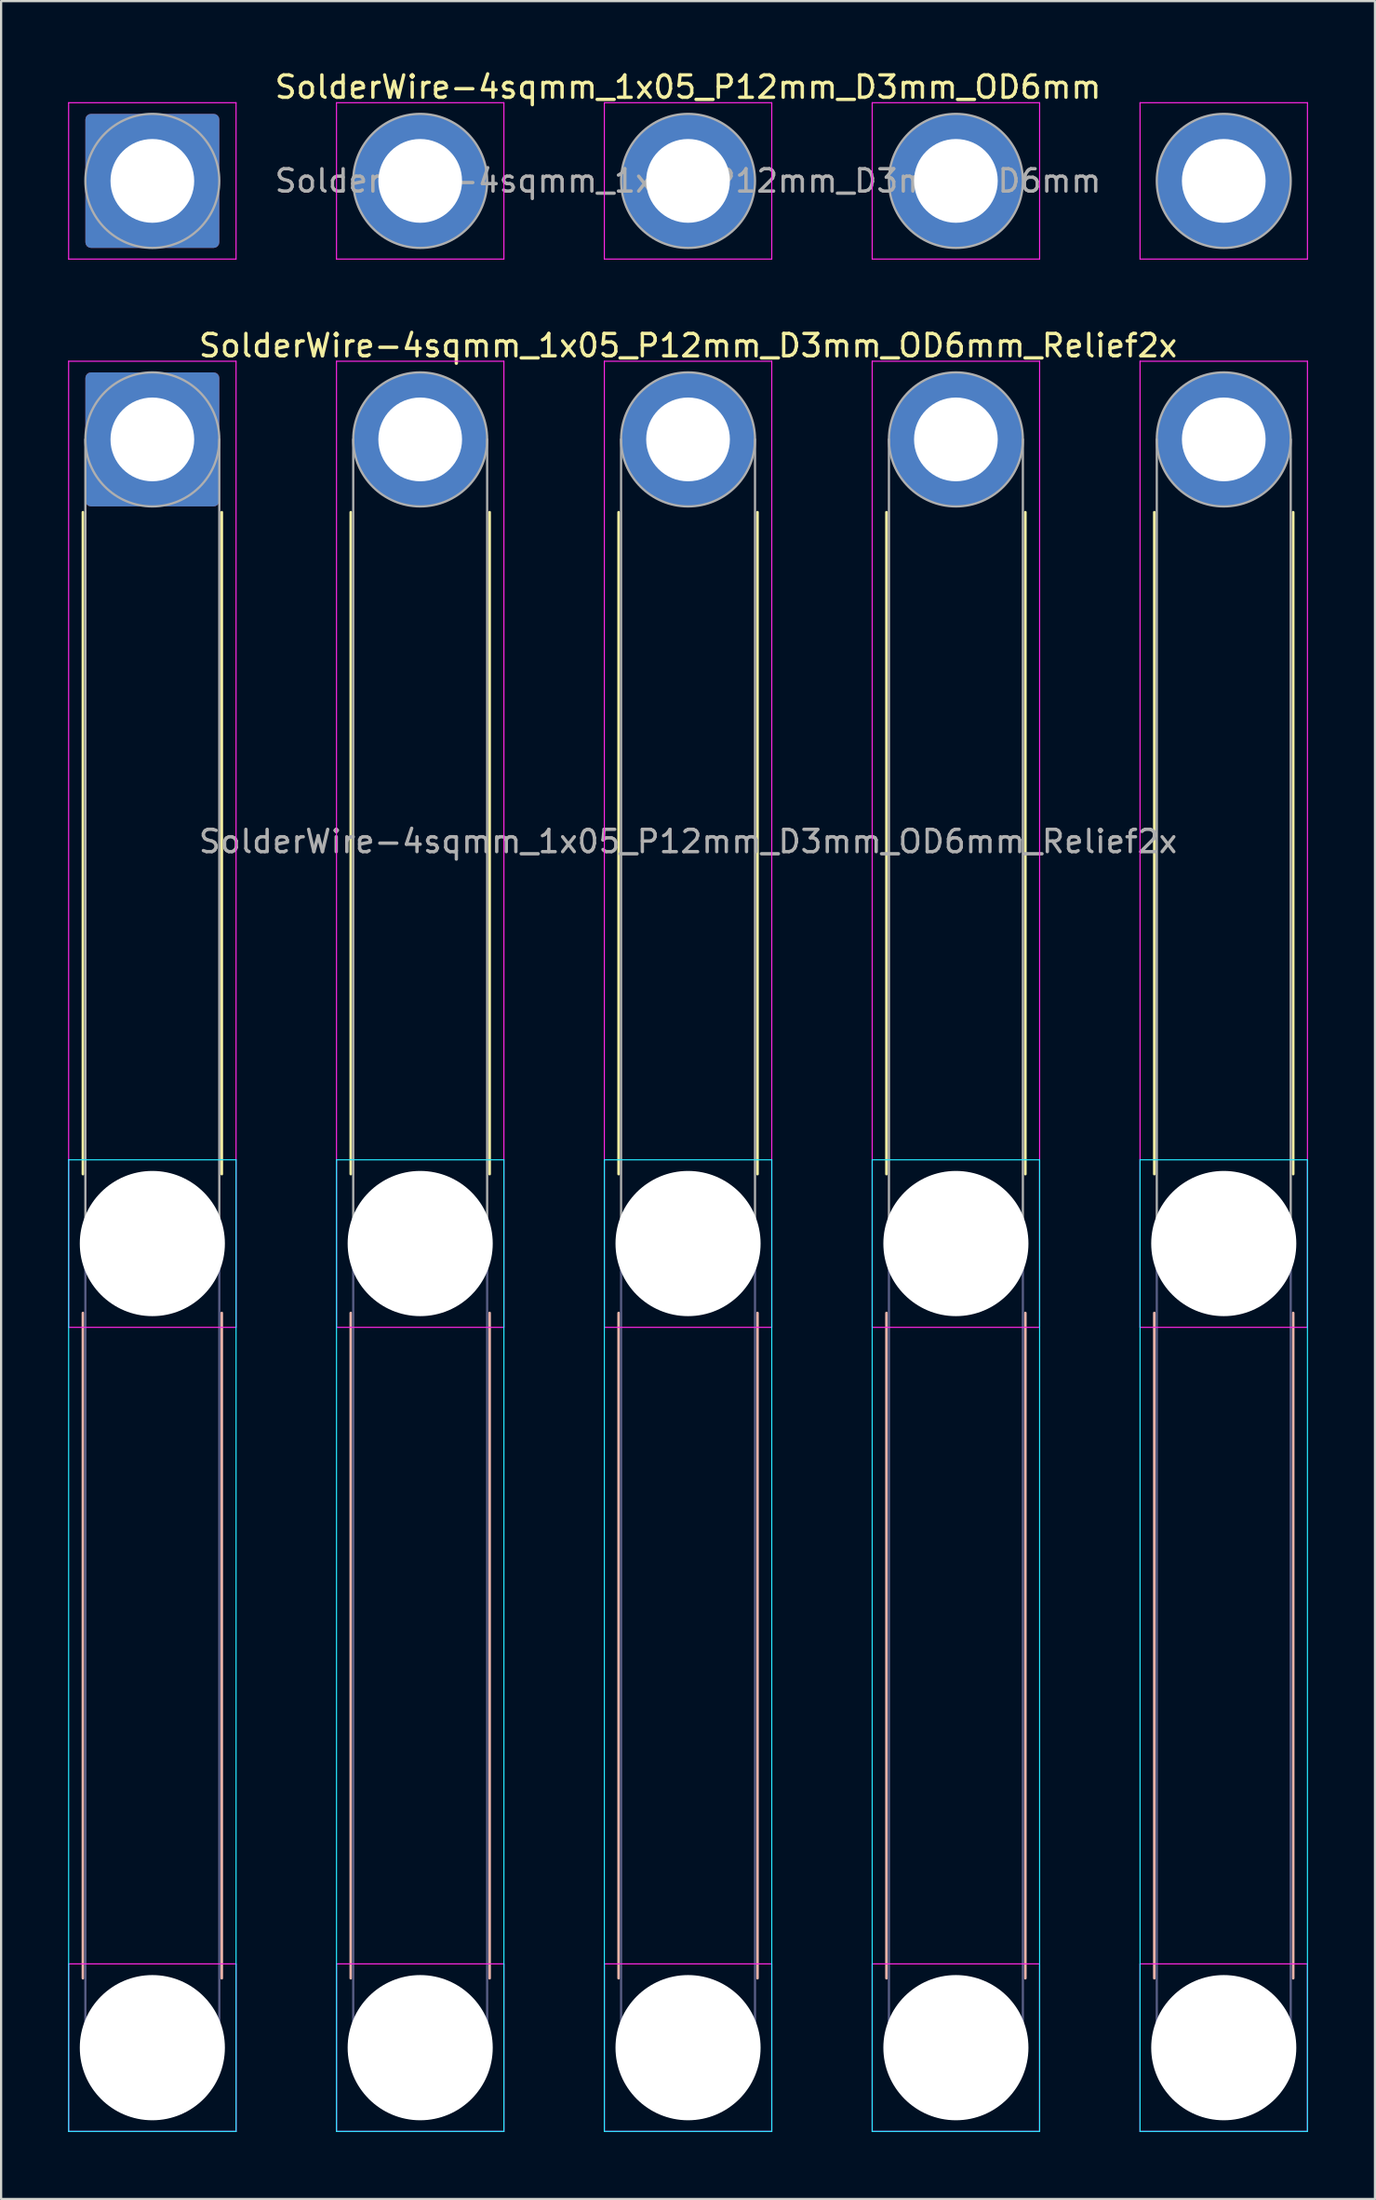
<source format=kicad_pcb>
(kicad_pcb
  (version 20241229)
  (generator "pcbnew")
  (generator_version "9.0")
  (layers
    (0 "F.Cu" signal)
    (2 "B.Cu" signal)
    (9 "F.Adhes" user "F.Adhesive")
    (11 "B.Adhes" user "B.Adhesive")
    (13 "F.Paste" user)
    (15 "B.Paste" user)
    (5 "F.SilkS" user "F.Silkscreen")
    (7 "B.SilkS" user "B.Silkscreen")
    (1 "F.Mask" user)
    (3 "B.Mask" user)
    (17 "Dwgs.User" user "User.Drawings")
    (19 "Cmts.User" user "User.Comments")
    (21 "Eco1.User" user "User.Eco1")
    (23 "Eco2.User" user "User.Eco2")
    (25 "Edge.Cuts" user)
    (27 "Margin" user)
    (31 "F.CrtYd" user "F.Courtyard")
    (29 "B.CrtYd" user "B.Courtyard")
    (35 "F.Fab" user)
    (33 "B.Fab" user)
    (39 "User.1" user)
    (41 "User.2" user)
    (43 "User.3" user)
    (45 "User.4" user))
  (footprint "SolderWire-4sqmm_1x05_P12mm_D3mm_OD6mm"
    (layer "F.Cu")
    (at 3.775 5.048)
    (property "Reference" "SolderWire-4sqmm_1x05_P12mm_D3mm_OD6mm" (at 24 -4.2 0) (layer "F.SilkS") (effects (font (size 1 1) (thickness 0.15))))
    (attr exclude_from_pos_files exclude_from_bom)
    (fp_line (start -3.75 -3.5) (end -3.75 3.5) (stroke (width 0.05) (type solid)) (layer "F.CrtYd"))
    (fp_line (start -3.75 3.5) (end 3.75 3.5) (stroke (width 0.05) (type solid)) (layer "F.CrtYd"))
    (fp_line (start 3.75 -3.5) (end -3.75 -3.5) (stroke (width 0.05) (type solid)) (layer "F.CrtYd"))
    (fp_line (start 3.75 3.5) (end 3.75 -3.5) (stroke (width 0.05) (type solid)) (layer "F.CrtYd"))
    (fp_line (start 8.25 -3.5) (end 8.25 3.5) (stroke (width 0.05) (type solid)) (layer "F.CrtYd"))
    (fp_line (start 8.25 3.5) (end 15.75 3.5) (stroke (width 0.05) (type solid)) (layer "F.CrtYd"))
    (fp_line (start 15.75 -3.5) (end 8.25 -3.5) (stroke (width 0.05) (type solid)) (layer "F.CrtYd"))
    (fp_line (start 15.75 3.5) (end 15.75 -3.5) (stroke (width 0.05) (type solid)) (layer "F.CrtYd"))
    (fp_line (start 20.25 -3.5) (end 20.25 3.5) (stroke (width 0.05) (type solid)) (layer "F.CrtYd"))
    (fp_line (start 20.25 3.5) (end 27.75 3.5) (stroke (width 0.05) (type solid)) (layer "F.CrtYd"))
    (fp_line (start 27.75 -3.5) (end 20.25 -3.5) (stroke (width 0.05) (type solid)) (layer "F.CrtYd"))
    (fp_line (start 27.75 3.5) (end 27.75 -3.5) (stroke (width 0.05) (type solid)) (layer "F.CrtYd"))
    (fp_line (start 32.25 -3.5) (end 32.25 3.5) (stroke (width 0.05) (type solid)) (layer "F.CrtYd"))
    (fp_line (start 32.25 3.5) (end 39.75 3.5) (stroke (width 0.05) (type solid)) (layer "F.CrtYd"))
    (fp_line (start 39.75 -3.5) (end 32.25 -3.5) (stroke (width 0.05) (type solid)) (layer "F.CrtYd"))
    (fp_line (start 39.75 3.5) (end 39.75 -3.5) (stroke (width 0.05) (type solid)) (layer "F.CrtYd"))
    (fp_line (start 44.25 -3.5) (end 44.25 3.5) (stroke (width 0.05) (type solid)) (layer "F.CrtYd"))
    (fp_line (start 44.25 3.5) (end 51.75 3.5) (stroke (width 0.05) (type solid)) (layer "F.CrtYd"))
    (fp_line (start 51.75 -3.5) (end 44.25 -3.5) (stroke (width 0.05) (type solid)) (layer "F.CrtYd"))
    (fp_line (start 51.75 3.5) (end 51.75 -3.5) (stroke (width 0.05) (type solid)) (layer "F.CrtYd"))
    (fp_circle (center 0 0) (end 3 0) (stroke (width 0.1) (type solid)) (fill no) (layer "F.Fab"))
    (fp_circle (center 12 0) (end 15 0) (stroke (width 0.1) (type solid)) (fill no) (layer "F.Fab"))
    (fp_circle (center 24 0) (end 27 0) (stroke (width 0.1) (type solid)) (fill no) (layer "F.Fab"))
    (fp_circle (center 36 0) (end 39 0) (stroke (width 0.1) (type solid)) (fill no) (layer "F.Fab"))
    (fp_circle (center 48 0) (end 51 0) (stroke (width 0.1) (type solid)) (fill no) (layer "F.Fab"))
    (fp_text user "${REFERENCE}" (at 24 0 0) (layer "F.Fab") (effects (font (size 1 1) (thickness 0.15))))
    (pad "1" thru_hole roundrect (at 0 0) (size 6 6) (drill 3.75) (layers "*.Cu" "*.Mask") (roundrect_rratio 0.042))
    (pad "2" thru_hole circle (at 12 0) (size 6 6) (drill 3.75) (layers "*.Cu" "*.Mask"))
    (pad "3" thru_hole circle (at 24 0) (size 6 6) (drill 3.75) (layers "*.Cu" "*.Mask"))
    (pad "4" thru_hole circle (at 36 0) (size 6 6) (drill 3.75) (layers "*.Cu" "*.Mask"))
    (pad "5" thru_hole circle (at 48 0) (size 6 6) (drill 3.75) (layers "*.Cu" "*.Mask")))
  (footprint "SolderWire-4sqmm_1x05_P12mm_D3mm_OD6mm_Relief2x"
    (layer "F.Cu")
    (at 3.775 16.622)
    (property "Reference" "SolderWire-4sqmm_1x05_P12mm_D3mm_OD6mm_Relief2x" (at 24 -4.2 0) (layer "F.SilkS") (effects (font (size 1 1) (thickness 0.15))))
    (attr exclude_from_pos_files exclude_from_bom)
    (fp_line (start -3.11 3.26) (end -3.11 32.89) (stroke (width 0.12) (type solid)) (layer "F.SilkS"))
    (fp_line (start 3.11 3.26) (end 3.11 32.89) (stroke (width 0.12) (type solid)) (layer "F.SilkS"))
    (fp_line (start 8.89 3.26) (end 8.89 32.89) (stroke (width 0.12) (type solid)) (layer "F.SilkS"))
    (fp_line (start 15.11 3.26) (end 15.11 32.89) (stroke (width 0.12) (type solid)) (layer "F.SilkS"))
    (fp_line (start 20.89 3.26) (end 20.89 32.89) (stroke (width 0.12) (type solid)) (layer "F.SilkS"))
    (fp_line (start 27.11 3.26) (end 27.11 32.89) (stroke (width 0.12) (type solid)) (layer "F.SilkS"))
    (fp_line (start 32.89 3.26) (end 32.89 32.89) (stroke (width 0.12) (type solid)) (layer "F.SilkS"))
    (fp_line (start 39.11 3.26) (end 39.11 32.89) (stroke (width 0.12) (type solid)) (layer "F.SilkS"))
    (fp_line (start 44.89 3.26) (end 44.89 32.89) (stroke (width 0.12) (type solid)) (layer "F.SilkS"))
    (fp_line (start 51.11 3.26) (end 51.11 32.89) (stroke (width 0.12) (type solid)) (layer "F.SilkS"))
    (fp_line (start -3.11 39.11) (end -3.11 68.89) (stroke (width 0.12) (type solid)) (layer "B.SilkS"))
    (fp_line (start 3.11 39.11) (end 3.11 68.89) (stroke (width 0.12) (type solid)) (layer "B.SilkS"))
    (fp_line (start 8.89 39.11) (end 8.89 68.89) (stroke (width 0.12) (type solid)) (layer "B.SilkS"))
    (fp_line (start 15.11 39.11) (end 15.11 68.89) (stroke (width 0.12) (type solid)) (layer "B.SilkS"))
    (fp_line (start 20.89 39.11) (end 20.89 68.89) (stroke (width 0.12) (type solid)) (layer "B.SilkS"))
    (fp_line (start 27.11 39.11) (end 27.11 68.89) (stroke (width 0.12) (type solid)) (layer "B.SilkS"))
    (fp_line (start 32.89 39.11) (end 32.89 68.89) (stroke (width 0.12) (type solid)) (layer "B.SilkS"))
    (fp_line (start 39.11 39.11) (end 39.11 68.89) (stroke (width 0.12) (type solid)) (layer "B.SilkS"))
    (fp_line (start 44.89 39.11) (end 44.89 68.89) (stroke (width 0.12) (type solid)) (layer "B.SilkS"))
    (fp_line (start 51.11 39.11) (end 51.11 68.89) (stroke (width 0.12) (type solid)) (layer "B.SilkS"))
    (fp_line (start -3.75 32.25) (end -3.75 75.75) (stroke (width 0.05) (type solid)) (layer "B.CrtYd"))
    (fp_line (start -3.75 75.75) (end 3.75 75.75) (stroke (width 0.05) (type solid)) (layer "B.CrtYd"))
    (fp_line (start 3.75 32.25) (end -3.75 32.25) (stroke (width 0.05) (type solid)) (layer "B.CrtYd"))
    (fp_line (start 3.75 75.75) (end 3.75 32.25) (stroke (width 0.05) (type solid)) (layer "B.CrtYd"))
    (fp_line (start 8.25 32.25) (end 8.25 75.75) (stroke (width 0.05) (type solid)) (layer "B.CrtYd"))
    (fp_line (start 8.25 75.75) (end 15.75 75.75) (stroke (width 0.05) (type solid)) (layer "B.CrtYd"))
    (fp_line (start 15.75 32.25) (end 8.25 32.25) (stroke (width 0.05) (type solid)) (layer "B.CrtYd"))
    (fp_line (start 15.75 75.75) (end 15.75 32.25) (stroke (width 0.05) (type solid)) (layer "B.CrtYd"))
    (fp_line (start 20.25 32.25) (end 20.25 75.75) (stroke (width 0.05) (type solid)) (layer "B.CrtYd"))
    (fp_line (start 20.25 75.75) (end 27.75 75.75) (stroke (width 0.05) (type solid)) (layer "B.CrtYd"))
    (fp_line (start 27.75 32.25) (end 20.25 32.25) (stroke (width 0.05) (type solid)) (layer "B.CrtYd"))
    (fp_line (start 27.75 75.75) (end 27.75 32.25) (stroke (width 0.05) (type solid)) (layer "B.CrtYd"))
    (fp_line (start 32.25 32.25) (end 32.25 75.75) (stroke (width 0.05) (type solid)) (layer "B.CrtYd"))
    (fp_line (start 32.25 75.75) (end 39.75 75.75) (stroke (width 0.05) (type solid)) (layer "B.CrtYd"))
    (fp_line (start 39.75 32.25) (end 32.25 32.25) (stroke (width 0.05) (type solid)) (layer "B.CrtYd"))
    (fp_line (start 39.75 75.75) (end 39.75 32.25) (stroke (width 0.05) (type solid)) (layer "B.CrtYd"))
    (fp_line (start 44.25 32.25) (end 44.25 75.75) (stroke (width 0.05) (type solid)) (layer "B.CrtYd"))
    (fp_line (start 44.25 75.75) (end 51.75 75.75) (stroke (width 0.05) (type solid)) (layer "B.CrtYd"))
    (fp_line (start 51.75 32.25) (end 44.25 32.25) (stroke (width 0.05) (type solid)) (layer "B.CrtYd"))
    (fp_line (start 51.75 75.75) (end 51.75 32.25) (stroke (width 0.05) (type solid)) (layer "B.CrtYd"))
    (fp_line (start -3.75 -3.5) (end -3.75 39.75) (stroke (width 0.05) (type solid)) (layer "F.CrtYd"))
    (fp_line (start -3.75 39.75) (end 3.75 39.75) (stroke (width 0.05) (type solid)) (layer "F.CrtYd"))
    (fp_line (start -3.75 68.25) (end -3.75 75.75) (stroke (width 0.05) (type solid)) (layer "F.CrtYd"))
    (fp_line (start -3.75 75.75) (end 3.75 75.75) (stroke (width 0.05) (type solid)) (layer "F.CrtYd"))
    (fp_line (start 3.75 -3.5) (end -3.75 -3.5) (stroke (width 0.05) (type solid)) (layer "F.CrtYd"))
    (fp_line (start 3.75 39.75) (end 3.75 -3.5) (stroke (width 0.05) (type solid)) (layer "F.CrtYd"))
    (fp_line (start 3.75 68.25) (end -3.75 68.25) (stroke (width 0.05) (type solid)) (layer "F.CrtYd"))
    (fp_line (start 3.75 75.75) (end 3.75 68.25) (stroke (width 0.05) (type solid)) (layer "F.CrtYd"))
    (fp_line (start 8.25 -3.5) (end 8.25 39.75) (stroke (width 0.05) (type solid)) (layer "F.CrtYd"))
    (fp_line (start 8.25 39.75) (end 15.75 39.75) (stroke (width 0.05) (type solid)) (layer "F.CrtYd"))
    (fp_line (start 8.25 68.25) (end 8.25 75.75) (stroke (width 0.05) (type solid)) (layer "F.CrtYd"))
    (fp_line (start 8.25 75.75) (end 15.75 75.75) (stroke (width 0.05) (type solid)) (layer "F.CrtYd"))
    (fp_line (start 15.75 -3.5) (end 8.25 -3.5) (stroke (width 0.05) (type solid)) (layer "F.CrtYd"))
    (fp_line (start 15.75 39.75) (end 15.75 -3.5) (stroke (width 0.05) (type solid)) (layer "F.CrtYd"))
    (fp_line (start 15.75 68.25) (end 8.25 68.25) (stroke (width 0.05) (type solid)) (layer "F.CrtYd"))
    (fp_line (start 15.75 75.75) (end 15.75 68.25) (stroke (width 0.05) (type solid)) (layer "F.CrtYd"))
    (fp_line (start 20.25 -3.5) (end 20.25 39.75) (stroke (width 0.05) (type solid)) (layer "F.CrtYd"))
    (fp_line (start 20.25 39.75) (end 27.75 39.75) (stroke (width 0.05) (type solid)) (layer "F.CrtYd"))
    (fp_line (start 20.25 68.25) (end 20.25 75.75) (stroke (width 0.05) (type solid)) (layer "F.CrtYd"))
    (fp_line (start 20.25 75.75) (end 27.75 75.75) (stroke (width 0.05) (type solid)) (layer "F.CrtYd"))
    (fp_line (start 27.75 -3.5) (end 20.25 -3.5) (stroke (width 0.05) (type solid)) (layer "F.CrtYd"))
    (fp_line (start 27.75 39.75) (end 27.75 -3.5) (stroke (width 0.05) (type solid)) (layer "F.CrtYd"))
    (fp_line (start 27.75 68.25) (end 20.25 68.25) (stroke (width 0.05) (type solid)) (layer "F.CrtYd"))
    (fp_line (start 27.75 75.75) (end 27.75 68.25) (stroke (width 0.05) (type solid)) (layer "F.CrtYd"))
    (fp_line (start 32.25 -3.5) (end 32.25 39.75) (stroke (width 0.05) (type solid)) (layer "F.CrtYd"))
    (fp_line (start 32.25 39.75) (end 39.75 39.75) (stroke (width 0.05) (type solid)) (layer "F.CrtYd"))
    (fp_line (start 32.25 68.25) (end 32.25 75.75) (stroke (width 0.05) (type solid)) (layer "F.CrtYd"))
    (fp_line (start 32.25 75.75) (end 39.75 75.75) (stroke (width 0.05) (type solid)) (layer "F.CrtYd"))
    (fp_line (start 39.75 -3.5) (end 32.25 -3.5) (stroke (width 0.05) (type solid)) (layer "F.CrtYd"))
    (fp_line (start 39.75 39.75) (end 39.75 -3.5) (stroke (width 0.05) (type solid)) (layer "F.CrtYd"))
    (fp_line (start 39.75 68.25) (end 32.25 68.25) (stroke (width 0.05) (type solid)) (layer "F.CrtYd"))
    (fp_line (start 39.75 75.75) (end 39.75 68.25) (stroke (width 0.05) (type solid)) (layer "F.CrtYd"))
    (fp_line (start 44.25 -3.5) (end 44.25 39.75) (stroke (width 0.05) (type solid)) (layer "F.CrtYd"))
    (fp_line (start 44.25 39.75) (end 51.75 39.75) (stroke (width 0.05) (type solid)) (layer "F.CrtYd"))
    (fp_line (start 44.25 68.25) (end 44.25 75.75) (stroke (width 0.05) (type solid)) (layer "F.CrtYd"))
    (fp_line (start 44.25 75.75) (end 51.75 75.75) (stroke (width 0.05) (type solid)) (layer "F.CrtYd"))
    (fp_line (start 51.75 -3.5) (end 44.25 -3.5) (stroke (width 0.05) (type solid)) (layer "F.CrtYd"))
    (fp_line (start 51.75 39.75) (end 51.75 -3.5) (stroke (width 0.05) (type solid)) (layer "F.CrtYd"))
    (fp_line (start 51.75 68.25) (end 44.25 68.25) (stroke (width 0.05) (type solid)) (layer "F.CrtYd"))
    (fp_line (start 51.75 75.75) (end 51.75 68.25) (stroke (width 0.05) (type solid)) (layer "F.CrtYd"))
    (fp_line (start -3 36) (end -3 72) (stroke (width 0.1) (type solid)) (layer "B.Fab"))
    (fp_line (start 3 36) (end 3 72) (stroke (width 0.1) (type solid)) (layer "B.Fab"))
    (fp_line (start 9 36) (end 9 72) (stroke (width 0.1) (type solid)) (layer "B.Fab"))
    (fp_line (start 15 36) (end 15 72) (stroke (width 0.1) (type solid)) (layer "B.Fab"))
    (fp_line (start 21 36) (end 21 72) (stroke (width 0.1) (type solid)) (layer "B.Fab"))
    (fp_line (start 27 36) (end 27 72) (stroke (width 0.1) (type solid)) (layer "B.Fab"))
    (fp_line (start 33 36) (end 33 72) (stroke (width 0.1) (type solid)) (layer "B.Fab"))
    (fp_line (start 39 36) (end 39 72) (stroke (width 0.1) (type solid)) (layer "B.Fab"))
    (fp_line (start 45 36) (end 45 72) (stroke (width 0.1) (type solid)) (layer "B.Fab"))
    (fp_line (start 51 36) (end 51 72) (stroke (width 0.1) (type solid)) (layer "B.Fab"))
    (fp_circle (center 0 36) (end 3 36) (stroke (width 0.1) (type solid)) (fill no) (layer "B.Fab"))
    (fp_circle (center 0 72) (end 3 72) (stroke (width 0.1) (type solid)) (fill no) (layer "B.Fab"))
    (fp_circle (center 12 36) (end 15 36) (stroke (width 0.1) (type solid)) (fill no) (layer "B.Fab"))
    (fp_circle (center 12 72) (end 15 72) (stroke (width 0.1) (type solid)) (fill no) (layer "B.Fab"))
    (fp_circle (center 24 36) (end 27 36) (stroke (width 0.1) (type solid)) (fill no) (layer "B.Fab"))
    (fp_circle (center 24 72) (end 27 72) (stroke (width 0.1) (type solid)) (fill no) (layer "B.Fab"))
    (fp_circle (center 36 36) (end 39 36) (stroke (width 0.1) (type solid)) (fill no) (layer "B.Fab"))
    (fp_circle (center 36 72) (end 39 72) (stroke (width 0.1) (type solid)) (fill no) (layer "B.Fab"))
    (fp_circle (center 48 36) (end 51 36) (stroke (width 0.1) (type solid)) (fill no) (layer "B.Fab"))
    (fp_circle (center 48 72) (end 51 72) (stroke (width 0.1) (type solid)) (fill no) (layer "B.Fab"))
    (fp_line (start -3 0) (end -3 36) (stroke (width 0.1) (type solid)) (layer "F.Fab"))
    (fp_line (start 3 0) (end 3 36) (stroke (width 0.1) (type solid)) (layer "F.Fab"))
    (fp_line (start 9 0) (end 9 36) (stroke (width 0.1) (type solid)) (layer "F.Fab"))
    (fp_line (start 15 0) (end 15 36) (stroke (width 0.1) (type solid)) (layer "F.Fab"))
    (fp_line (start 21 0) (end 21 36) (stroke (width 0.1) (type solid)) (layer "F.Fab"))
    (fp_line (start 27 0) (end 27 36) (stroke (width 0.1) (type solid)) (layer "F.Fab"))
    (fp_line (start 33 0) (end 33 36) (stroke (width 0.1) (type solid)) (layer "F.Fab"))
    (fp_line (start 39 0) (end 39 36) (stroke (width 0.1) (type solid)) (layer "F.Fab"))
    (fp_line (start 45 0) (end 45 36) (stroke (width 0.1) (type solid)) (layer "F.Fab"))
    (fp_line (start 51 0) (end 51 36) (stroke (width 0.1) (type solid)) (layer "F.Fab"))
    (fp_circle (center 0 0) (end 3 0) (stroke (width 0.1) (type solid)) (fill no) (layer "F.Fab"))
    (fp_circle (center 0 36) (end 3 36) (stroke (width 0.1) (type solid)) (fill no) (layer "F.Fab"))
    (fp_circle (center 0 72) (end 3 72) (stroke (width 0.1) (type solid)) (fill no) (layer "F.Fab"))
    (fp_circle (center 12 0) (end 15 0) (stroke (width 0.1) (type solid)) (fill no) (layer "F.Fab"))
    (fp_circle (center 12 36) (end 15 36) (stroke (width 0.1) (type solid)) (fill no) (layer "F.Fab"))
    (fp_circle (center 12 72) (end 15 72) (stroke (width 0.1) (type solid)) (fill no) (layer "F.Fab"))
    (fp_circle (center 24 0) (end 27 0) (stroke (width 0.1) (type solid)) (fill no) (layer "F.Fab"))
    (fp_circle (center 24 36) (end 27 36) (stroke (width 0.1) (type solid)) (fill no) (layer "F.Fab"))
    (fp_circle (center 24 72) (end 27 72) (stroke (width 0.1) (type solid)) (fill no) (layer "F.Fab"))
    (fp_circle (center 36 0) (end 39 0) (stroke (width 0.1) (type solid)) (fill no) (layer "F.Fab"))
    (fp_circle (center 36 36) (end 39 36) (stroke (width 0.1) (type solid)) (fill no) (layer "F.Fab"))
    (fp_circle (center 36 72) (end 39 72) (stroke (width 0.1) (type solid)) (fill no) (layer "F.Fab"))
    (fp_circle (center 48 0) (end 51 0) (stroke (width 0.1) (type solid)) (fill no) (layer "F.Fab"))
    (fp_circle (center 48 36) (end 51 36) (stroke (width 0.1) (type solid)) (fill no) (layer "F.Fab"))
    (fp_circle (center 48 72) (end 51 72) (stroke (width 0.1) (type solid)) (fill no) (layer "F.Fab"))
    (fp_text user "${REFERENCE}" (at 24 18 0) (layer "F.Fab") (effects (font (size 1 1) (thickness 0.15))))
    (pad "" np_thru_hole circle (at 0 36) (size 6.5 6.5) (drill 6.5) (layers "*.Cu" "*.Mask"))
    (pad "" np_thru_hole circle (at 0 72) (size 6.5 6.5) (drill 6.5) (layers "*.Cu" "*.Mask"))
    (pad "" np_thru_hole circle (at 12 36) (size 6.5 6.5) (drill 6.5) (layers "*.Cu" "*.Mask"))
    (pad "" np_thru_hole circle (at 12 72) (size 6.5 6.5) (drill 6.5) (layers "*.Cu" "*.Mask"))
    (pad "" np_thru_hole circle (at 24 36) (size 6.5 6.5) (drill 6.5) (layers "*.Cu" "*.Mask"))
    (pad "" np_thru_hole circle (at 24 72) (size 6.5 6.5) (drill 6.5) (layers "*.Cu" "*.Mask"))
    (pad "" np_thru_hole circle (at 36 36) (size 6.5 6.5) (drill 6.5) (layers "*.Cu" "*.Mask"))
    (pad "" np_thru_hole circle (at 36 72) (size 6.5 6.5) (drill 6.5) (layers "*.Cu" "*.Mask"))
    (pad "" np_thru_hole circle (at 48 36) (size 6.5 6.5) (drill 6.5) (layers "*.Cu" "*.Mask"))
    (pad "" np_thru_hole circle (at 48 72) (size 6.5 6.5) (drill 6.5) (layers "*.Cu" "*.Mask"))
    (pad "1" thru_hole roundrect (at 0 0) (size 6 6) (drill 3.75) (layers "*.Cu" "*.Mask") (roundrect_rratio 0.042))
    (pad "2" thru_hole circle (at 12 0) (size 6 6) (drill 3.75) (layers "*.Cu" "*.Mask"))
    (pad "3" thru_hole circle (at 24 0) (size 6 6) (drill 3.75) (layers "*.Cu" "*.Mask"))
    (pad "4" thru_hole circle (at 36 0) (size 6 6) (drill 3.75) (layers "*.Cu" "*.Mask"))
    (pad "5" thru_hole circle (at 48 0) (size 6 6) (drill 3.75) (layers "*.Cu" "*.Mask")))
  (gr_rect
    (start -3 -3)
    (end 58.55 95.397)
    (stroke (width 0.1) (type default))
    (fill no)
    (layer "Edge.Cuts")))
</source>
